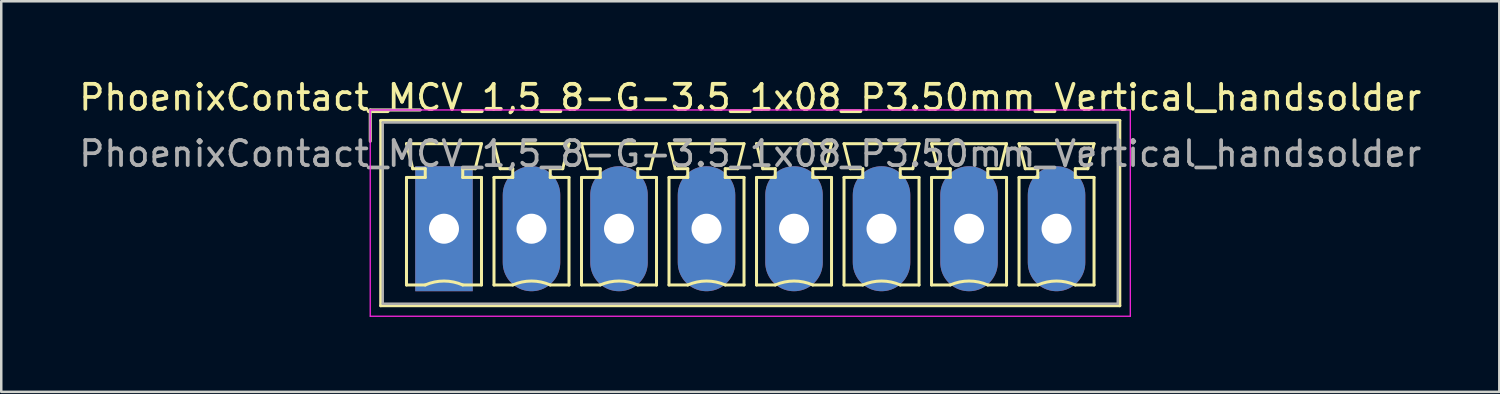
<source format=kicad_pcb>
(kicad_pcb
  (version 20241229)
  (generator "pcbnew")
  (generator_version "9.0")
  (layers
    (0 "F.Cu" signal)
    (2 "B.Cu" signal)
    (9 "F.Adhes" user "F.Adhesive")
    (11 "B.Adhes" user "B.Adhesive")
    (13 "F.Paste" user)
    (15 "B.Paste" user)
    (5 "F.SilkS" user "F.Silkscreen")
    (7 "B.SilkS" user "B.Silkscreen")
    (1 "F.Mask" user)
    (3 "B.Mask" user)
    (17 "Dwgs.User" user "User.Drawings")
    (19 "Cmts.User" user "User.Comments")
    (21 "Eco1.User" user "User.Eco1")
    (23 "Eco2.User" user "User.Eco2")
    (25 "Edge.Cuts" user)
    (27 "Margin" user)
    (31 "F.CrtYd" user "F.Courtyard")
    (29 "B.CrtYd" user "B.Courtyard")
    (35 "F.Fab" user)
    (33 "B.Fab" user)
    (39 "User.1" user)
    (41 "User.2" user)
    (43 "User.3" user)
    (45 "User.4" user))
  (footprint "PhoenixContact_MCV_1,5_8-G-3.5_1x08_P3.50mm_Vertical_handsolder"
    (layer "F.Cu")
    (at 14.708 6.098)
    (property "Reference" "PhoenixContact_MCV_1,5_8-G-3.5_1x08_P3.50mm_Vertical_handsolder" (at 12.25 -5.25 0) (layer "F.SilkS") (effects (font (size 1 1) (thickness 0.15))))
    (attr through_hole)
    (fp_line (start -2.95 -4.75) (end -0.95 -4.75) (stroke (width 0.12) (type solid)) (layer "F.SilkS"))
    (fp_line (start -2.95 -3.5) (end -2.95 -4.75) (stroke (width 0.12) (type solid)) (layer "F.SilkS"))
    (fp_line (start -2.53 -4.33) (end -2.53 3.08) (stroke (width 0.12) (type solid)) (layer "F.SilkS"))
    (fp_line (start -2.53 3.08) (end 27.03 3.08) (stroke (width 0.12) (type solid)) (layer "F.SilkS"))
    (fp_line (start -1.5 -3.4) (end 1.5 -3.4) (stroke (width 0.12) (type solid)) (layer "F.SilkS"))
    (fp_line (start -1.5 -2.05) (end -0.75 -2.05) (stroke (width 0.12) (type solid)) (layer "F.SilkS"))
    (fp_line (start -1.5 2.25) (end -1.5 -2.05) (stroke (width 0.12) (type solid)) (layer "F.SilkS"))
    (fp_line (start -1.25 -2.4) (end -1.5 -3.4) (stroke (width 0.12) (type solid)) (layer "F.SilkS"))
    (fp_line (start -0.75 -2.4) (end -1.25 -2.4) (stroke (width 0.12) (type solid)) (layer "F.SilkS"))
    (fp_line (start -0.75 -2.05) (end -0.75 -2.4) (stroke (width 0.12) (type solid)) (layer "F.SilkS"))
    (fp_line (start -0.75 2.25) (end -1.5 2.25) (stroke (width 0.12) (type solid)) (layer "F.SilkS"))
    (fp_line (start 0.75 -2.4) (end 0.75 -2.05) (stroke (width 0.12) (type solid)) (layer "F.SilkS"))
    (fp_line (start 0.75 -2.05) (end 1.5 -2.05) (stroke (width 0.12) (type solid)) (layer "F.SilkS"))
    (fp_line (start 1.25 -2.4) (end 0.75 -2.4) (stroke (width 0.12) (type solid)) (layer "F.SilkS"))
    (fp_line (start 1.5 -3.4) (end 1.25 -2.4) (stroke (width 0.12) (type solid)) (layer "F.SilkS"))
    (fp_line (start 1.5 -2.05) (end 1.5 2.25) (stroke (width 0.12) (type solid)) (layer "F.SilkS"))
    (fp_line (start 1.5 2.25) (end 0.75 2.25) (stroke (width 0.12) (type solid)) (layer "F.SilkS"))
    (fp_line (start 2 -3.4) (end 5 -3.4) (stroke (width 0.12) (type solid)) (layer "F.SilkS"))
    (fp_line (start 2 -2.05) (end 2.75 -2.05) (stroke (width 0.12) (type solid)) (layer "F.SilkS"))
    (fp_line (start 2 2.25) (end 2 -2.05) (stroke (width 0.12) (type solid)) (layer "F.SilkS"))
    (fp_line (start 2.25 -2.4) (end 2 -3.4) (stroke (width 0.12) (type solid)) (layer "F.SilkS"))
    (fp_line (start 2.75 -2.4) (end 2.25 -2.4) (stroke (width 0.12) (type solid)) (layer "F.SilkS"))
    (fp_line (start 2.75 -2.05) (end 2.75 -2.4) (stroke (width 0.12) (type solid)) (layer "F.SilkS"))
    (fp_line (start 2.75 2.25) (end 2 2.25) (stroke (width 0.12) (type solid)) (layer "F.SilkS"))
    (fp_line (start 4.25 -2.4) (end 4.25 -2.05) (stroke (width 0.12) (type solid)) (layer "F.SilkS"))
    (fp_line (start 4.25 -2.05) (end 5 -2.05) (stroke (width 0.12) (type solid)) (layer "F.SilkS"))
    (fp_line (start 4.75 -2.4) (end 4.25 -2.4) (stroke (width 0.12) (type solid)) (layer "F.SilkS"))
    (fp_line (start 5 -3.4) (end 4.75 -2.4) (stroke (width 0.12) (type solid)) (layer "F.SilkS"))
    (fp_line (start 5 -2.05) (end 5 2.25) (stroke (width 0.12) (type solid)) (layer "F.SilkS"))
    (fp_line (start 5 2.25) (end 4.25 2.25) (stroke (width 0.12) (type solid)) (layer "F.SilkS"))
    (fp_line (start 5.5 -3.4) (end 8.5 -3.4) (stroke (width 0.12) (type solid)) (layer "F.SilkS"))
    (fp_line (start 5.5 -2.05) (end 6.25 -2.05) (stroke (width 0.12) (type solid)) (layer "F.SilkS"))
    (fp_line (start 5.5 2.25) (end 5.5 -2.05) (stroke (width 0.12) (type solid)) (layer "F.SilkS"))
    (fp_line (start 5.75 -2.4) (end 5.5 -3.4) (stroke (width 0.12) (type solid)) (layer "F.SilkS"))
    (fp_line (start 6.25 -2.4) (end 5.75 -2.4) (stroke (width 0.12) (type solid)) (layer "F.SilkS"))
    (fp_line (start 6.25 -2.05) (end 6.25 -2.4) (stroke (width 0.12) (type solid)) (layer "F.SilkS"))
    (fp_line (start 6.25 2.25) (end 5.5 2.25) (stroke (width 0.12) (type solid)) (layer "F.SilkS"))
    (fp_line (start 7.75 -2.4) (end 7.75 -2.05) (stroke (width 0.12) (type solid)) (layer "F.SilkS"))
    (fp_line (start 7.75 -2.05) (end 8.5 -2.05) (stroke (width 0.12) (type solid)) (layer "F.SilkS"))
    (fp_line (start 8.25 -2.4) (end 7.75 -2.4) (stroke (width 0.12) (type solid)) (layer "F.SilkS"))
    (fp_line (start 8.5 -3.4) (end 8.25 -2.4) (stroke (width 0.12) (type solid)) (layer "F.SilkS"))
    (fp_line (start 8.5 -2.05) (end 8.5 2.25) (stroke (width 0.12) (type solid)) (layer "F.SilkS"))
    (fp_line (start 8.5 2.25) (end 7.75 2.25) (stroke (width 0.12) (type solid)) (layer "F.SilkS"))
    (fp_line (start 9 -3.4) (end 12 -3.4) (stroke (width 0.12) (type solid)) (layer "F.SilkS"))
    (fp_line (start 9 -2.05) (end 9.75 -2.05) (stroke (width 0.12) (type solid)) (layer "F.SilkS"))
    (fp_line (start 9 2.25) (end 9 -2.05) (stroke (width 0.12) (type solid)) (layer "F.SilkS"))
    (fp_line (start 9.25 -2.4) (end 9 -3.4) (stroke (width 0.12) (type solid)) (layer "F.SilkS"))
    (fp_line (start 9.75 -2.4) (end 9.25 -2.4) (stroke (width 0.12) (type solid)) (layer "F.SilkS"))
    (fp_line (start 9.75 -2.05) (end 9.75 -2.4) (stroke (width 0.12) (type solid)) (layer "F.SilkS"))
    (fp_line (start 9.75 2.25) (end 9 2.25) (stroke (width 0.12) (type solid)) (layer "F.SilkS"))
    (fp_line (start 11.25 -2.4) (end 11.25 -2.05) (stroke (width 0.12) (type solid)) (layer "F.SilkS"))
    (fp_line (start 11.25 -2.05) (end 12 -2.05) (stroke (width 0.12) (type solid)) (layer "F.SilkS"))
    (fp_line (start 11.75 -2.4) (end 11.25 -2.4) (stroke (width 0.12) (type solid)) (layer "F.SilkS"))
    (fp_line (start 12 -3.4) (end 11.75 -2.4) (stroke (width 0.12) (type solid)) (layer "F.SilkS"))
    (fp_line (start 12 -2.05) (end 12 2.25) (stroke (width 0.12) (type solid)) (layer "F.SilkS"))
    (fp_line (start 12 2.25) (end 11.25 2.25) (stroke (width 0.12) (type solid)) (layer "F.SilkS"))
    (fp_line (start 12.5 -3.4) (end 15.5 -3.4) (stroke (width 0.12) (type solid)) (layer "F.SilkS"))
    (fp_line (start 12.5 -2.05) (end 13.25 -2.05) (stroke (width 0.12) (type solid)) (layer "F.SilkS"))
    (fp_line (start 12.5 2.25) (end 12.5 -2.05) (stroke (width 0.12) (type solid)) (layer "F.SilkS"))
    (fp_line (start 12.75 -2.4) (end 12.5 -3.4) (stroke (width 0.12) (type solid)) (layer "F.SilkS"))
    (fp_line (start 13.25 -2.4) (end 12.75 -2.4) (stroke (width 0.12) (type solid)) (layer "F.SilkS"))
    (fp_line (start 13.25 -2.05) (end 13.25 -2.4) (stroke (width 0.12) (type solid)) (layer "F.SilkS"))
    (fp_line (start 13.25 2.25) (end 12.5 2.25) (stroke (width 0.12) (type solid)) (layer "F.SilkS"))
    (fp_line (start 14.75 -2.4) (end 14.75 -2.05) (stroke (width 0.12) (type solid)) (layer "F.SilkS"))
    (fp_line (start 14.75 -2.05) (end 15.5 -2.05) (stroke (width 0.12) (type solid)) (layer "F.SilkS"))
    (fp_line (start 15.25 -2.4) (end 14.75 -2.4) (stroke (width 0.12) (type solid)) (layer "F.SilkS"))
    (fp_line (start 15.5 -3.4) (end 15.25 -2.4) (stroke (width 0.12) (type solid)) (layer "F.SilkS"))
    (fp_line (start 15.5 -2.05) (end 15.5 2.25) (stroke (width 0.12) (type solid)) (layer "F.SilkS"))
    (fp_line (start 15.5 2.25) (end 14.75 2.25) (stroke (width 0.12) (type solid)) (layer "F.SilkS"))
    (fp_line (start 16 -3.4) (end 19 -3.4) (stroke (width 0.12) (type solid)) (layer "F.SilkS"))
    (fp_line (start 16 -2.05) (end 16.75 -2.05) (stroke (width 0.12) (type solid)) (layer "F.SilkS"))
    (fp_line (start 16 2.25) (end 16 -2.05) (stroke (width 0.12) (type solid)) (layer "F.SilkS"))
    (fp_line (start 16.25 -2.4) (end 16 -3.4) (stroke (width 0.12) (type solid)) (layer "F.SilkS"))
    (fp_line (start 16.75 -2.4) (end 16.25 -2.4) (stroke (width 0.12) (type solid)) (layer "F.SilkS"))
    (fp_line (start 16.75 -2.05) (end 16.75 -2.4) (stroke (width 0.12) (type solid)) (layer "F.SilkS"))
    (fp_line (start 16.75 2.25) (end 16 2.25) (stroke (width 0.12) (type solid)) (layer "F.SilkS"))
    (fp_line (start 18.25 -2.4) (end 18.25 -2.05) (stroke (width 0.12) (type solid)) (layer "F.SilkS"))
    (fp_line (start 18.25 -2.05) (end 19 -2.05) (stroke (width 0.12) (type solid)) (layer "F.SilkS"))
    (fp_line (start 18.75 -2.4) (end 18.25 -2.4) (stroke (width 0.12) (type solid)) (layer "F.SilkS"))
    (fp_line (start 19 -3.4) (end 18.75 -2.4) (stroke (width 0.12) (type solid)) (layer "F.SilkS"))
    (fp_line (start 19 -2.05) (end 19 2.25) (stroke (width 0.12) (type solid)) (layer "F.SilkS"))
    (fp_line (start 19 2.25) (end 18.25 2.25) (stroke (width 0.12) (type solid)) (layer "F.SilkS"))
    (fp_line (start 19.5 -3.4) (end 22.5 -3.4) (stroke (width 0.12) (type solid)) (layer "F.SilkS"))
    (fp_line (start 19.5 -2.05) (end 20.25 -2.05) (stroke (width 0.12) (type solid)) (layer "F.SilkS"))
    (fp_line (start 19.5 2.25) (end 19.5 -2.05) (stroke (width 0.12) (type solid)) (layer "F.SilkS"))
    (fp_line (start 19.75 -2.4) (end 19.5 -3.4) (stroke (width 0.12) (type solid)) (layer "F.SilkS"))
    (fp_line (start 20.25 -2.4) (end 19.75 -2.4) (stroke (width 0.12) (type solid)) (layer "F.SilkS"))
    (fp_line (start 20.25 -2.05) (end 20.25 -2.4) (stroke (width 0.12) (type solid)) (layer "F.SilkS"))
    (fp_line (start 20.25 2.25) (end 19.5 2.25) (stroke (width 0.12) (type solid)) (layer "F.SilkS"))
    (fp_line (start 21.75 -2.4) (end 21.75 -2.05) (stroke (width 0.12) (type solid)) (layer "F.SilkS"))
    (fp_line (start 21.75 -2.05) (end 22.5 -2.05) (stroke (width 0.12) (type solid)) (layer "F.SilkS"))
    (fp_line (start 22.25 -2.4) (end 21.75 -2.4) (stroke (width 0.12) (type solid)) (layer "F.SilkS"))
    (fp_line (start 22.5 -3.4) (end 22.25 -2.4) (stroke (width 0.12) (type solid)) (layer "F.SilkS"))
    (fp_line (start 22.5 -2.05) (end 22.5 2.25) (stroke (width 0.12) (type solid)) (layer "F.SilkS"))
    (fp_line (start 22.5 2.25) (end 21.75 2.25) (stroke (width 0.12) (type solid)) (layer "F.SilkS"))
    (fp_line (start 23 -3.4) (end 26 -3.4) (stroke (width 0.12) (type solid)) (layer "F.SilkS"))
    (fp_line (start 23 -2.05) (end 23.75 -2.05) (stroke (width 0.12) (type solid)) (layer "F.SilkS"))
    (fp_line (start 23 2.25) (end 23 -2.05) (stroke (width 0.12) (type solid)) (layer "F.SilkS"))
    (fp_line (start 23.25 -2.4) (end 23 -3.4) (stroke (width 0.12) (type solid)) (layer "F.SilkS"))
    (fp_line (start 23.75 -2.4) (end 23.25 -2.4) (stroke (width 0.12) (type solid)) (layer "F.SilkS"))
    (fp_line (start 23.75 -2.05) (end 23.75 -2.4) (stroke (width 0.12) (type solid)) (layer "F.SilkS"))
    (fp_line (start 23.75 2.25) (end 23 2.25) (stroke (width 0.12) (type solid)) (layer "F.SilkS"))
    (fp_line (start 25.25 -2.4) (end 25.25 -2.05) (stroke (width 0.12) (type solid)) (layer "F.SilkS"))
    (fp_line (start 25.25 -2.05) (end 26 -2.05) (stroke (width 0.12) (type solid)) (layer "F.SilkS"))
    (fp_line (start 25.75 -2.4) (end 25.25 -2.4) (stroke (width 0.12) (type solid)) (layer "F.SilkS"))
    (fp_line (start 26 -3.4) (end 25.75 -2.4) (stroke (width 0.12) (type solid)) (layer "F.SilkS"))
    (fp_line (start 26 -2.05) (end 26 2.25) (stroke (width 0.12) (type solid)) (layer "F.SilkS"))
    (fp_line (start 26 2.25) (end 25.25 2.25) (stroke (width 0.12) (type solid)) (layer "F.SilkS"))
    (fp_line (start 27.03 -4.33) (end -2.53 -4.33) (stroke (width 0.12) (type solid)) (layer "F.SilkS"))
    (fp_line (start 27.03 3.08) (end 27.03 -4.33) (stroke (width 0.12) (type solid)) (layer "F.SilkS"))
    (fp_arc (start -0.75 2.25) (mid -0.000193 2.09191) (end 0.749647 2.249844) (stroke (width 0.12) (type solid)) (layer "F.SilkS"))
    (fp_arc (start 2.75 2.25) (mid 3.499807 2.09191) (end 4.249647 2.249844) (stroke (width 0.12) (type solid)) (layer "F.SilkS"))
    (fp_arc (start 6.25 2.25) (mid 6.999807 2.09191) (end 7.749647 2.249844) (stroke (width 0.12) (type solid)) (layer "F.SilkS"))
    (fp_arc (start 9.75 2.25) (mid 10.499807 2.09191) (end 11.249647 2.249844) (stroke (width 0.12) (type solid)) (layer "F.SilkS"))
    (fp_arc (start 13.25 2.25) (mid 13.999807 2.09191) (end 14.749647 2.249844) (stroke (width 0.12) (type solid)) (layer "F.SilkS"))
    (fp_arc (start 16.75 2.25) (mid 17.499807 2.09191) (end 18.249647 2.249844) (stroke (width 0.12) (type solid)) (layer "F.SilkS"))
    (fp_arc (start 20.25 2.25) (mid 20.999807 2.09191) (end 21.749647 2.249844) (stroke (width 0.12) (type solid)) (layer "F.SilkS"))
    (fp_arc (start 23.75 2.25) (mid 24.499807 2.09191) (end 25.249647 2.249844) (stroke (width 0.12) (type solid)) (layer "F.SilkS"))
    (fp_line (start -2.95 -4.75) (end -2.95 3.5) (stroke (width 0.05) (type solid)) (layer "F.CrtYd"))
    (fp_line (start -2.95 3.5) (end 27.45 3.5) (stroke (width 0.05) (type solid)) (layer "F.CrtYd"))
    (fp_line (start 27.45 -4.75) (end -2.95 -4.75) (stroke (width 0.05) (type solid)) (layer "F.CrtYd"))
    (fp_line (start 27.45 3.5) (end 27.45 -4.75) (stroke (width 0.05) (type solid)) (layer "F.CrtYd"))
    (fp_line (start -2.95 -4.75) (end -0.95 -4.75) (stroke (width 0.1) (type solid)) (layer "F.Fab"))
    (fp_line (start -2.95 -3.5) (end -2.95 -4.75) (stroke (width 0.1) (type solid)) (layer "F.Fab"))
    (fp_line (start -2.45 -4.25) (end -2.45 3) (stroke (width 0.1) (type solid)) (layer "F.Fab"))
    (fp_line (start -2.45 3) (end 26.95 3) (stroke (width 0.1) (type solid)) (layer "F.Fab"))
    (fp_line (start 26.95 -4.25) (end -2.45 -4.25) (stroke (width 0.1) (type solid)) (layer "F.Fab"))
    (fp_line (start 26.95 3) (end 26.95 -4.25) (stroke (width 0.1) (type solid)) (layer "F.Fab"))
    (fp_text user "${REFERENCE}" (at 12.25 -3 0) (layer "F.Fab") (effects (font (size 1 1) (thickness 0.15))))
    (pad "1" thru_hole rect (at 0 0) (size 2.3 5) (drill 1.2) (layers "*.Cu" "*.Mask"))
    (pad "2" thru_hole oval (at 3.5 0) (size 2.3 5) (drill 1.2) (layers "*.Cu" "*.Mask"))
    (pad "3" thru_hole oval (at 7 0) (size 2.3 5) (drill 1.2) (layers "*.Cu" "*.Mask"))
    (pad "4" thru_hole oval (at 10.5 0) (size 2.3 5) (drill 1.2) (layers "*.Cu" "*.Mask"))
    (pad "5" thru_hole oval (at 14 0) (size 2.3 5) (drill 1.2) (layers "*.Cu" "*.Mask"))
    (pad "6" thru_hole oval (at 17.5 0) (size 2.3 5) (drill 1.2) (layers "*.Cu" "*.Mask"))
    (pad "7" thru_hole oval (at 21 0) (size 2.3 5) (drill 1.2) (layers "*.Cu" "*.Mask"))
    (pad "8" thru_hole oval (at 24.5 0) (size 2.3 5) (drill 1.2) (layers "*.Cu" "*.Mask")))
  (gr_rect
    (start -3 -3)
    (end 56.917 12.623)
    (stroke (width 0.1) (type default))
    (fill no)
    (layer "Edge.Cuts")))
</source>
